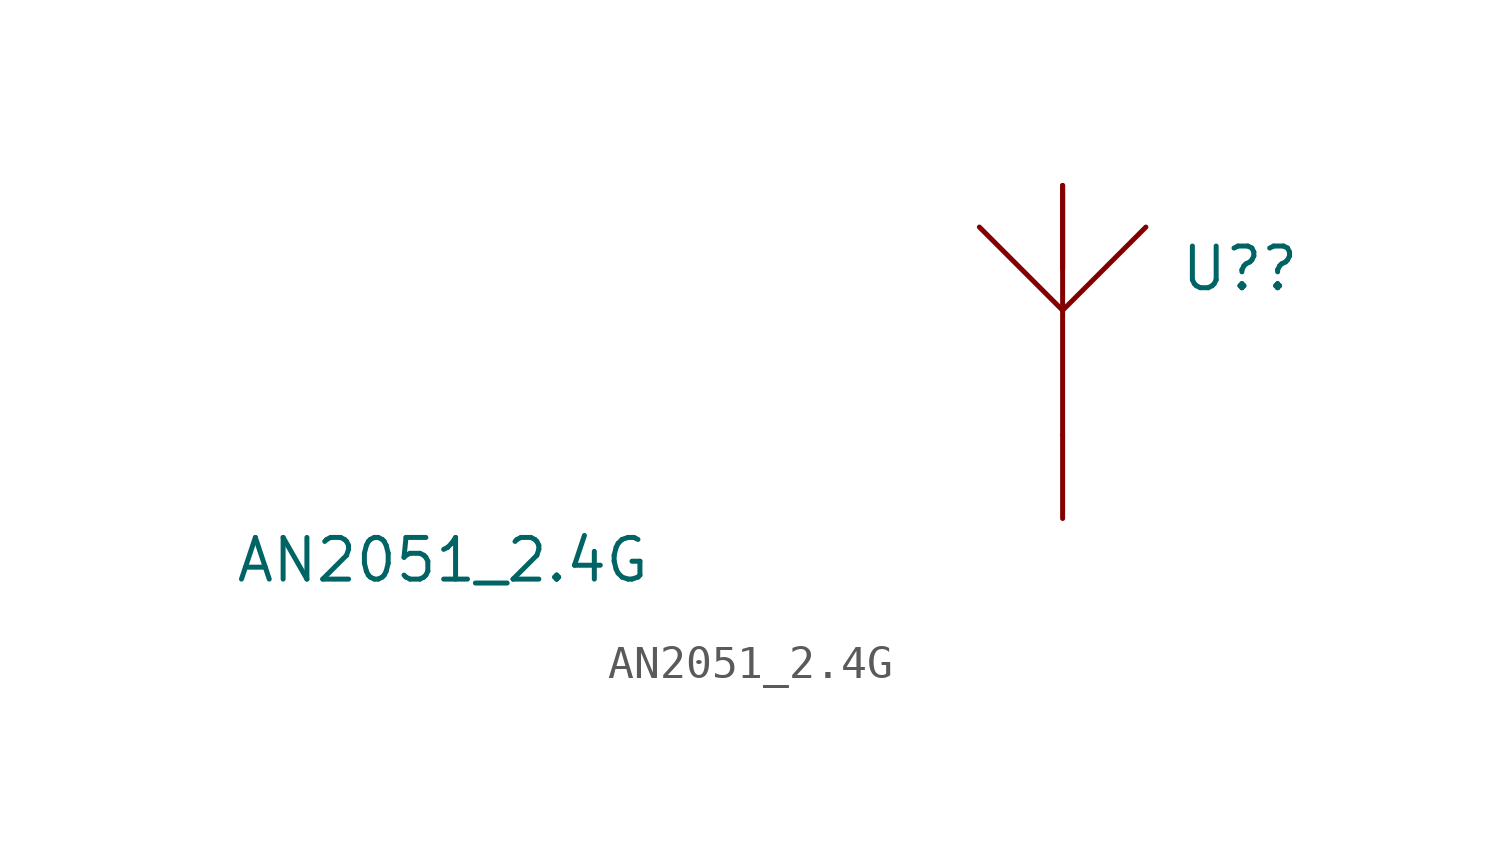
<source format=kicad_sym>
(kicad_symbol_lib
  (version 20211014)
  (generator kicad_symbol_editor)
  (symbol "AN2051_2.4G"
    (pin_numbers hide)
    (pin_names
      (offset 1.016) hide)
    (property "Reference" "U?"
      (at 3.556 2.54 0)
      (effects (font (size 1.27 1.27)) (justify left)))
    (property "Value" "AN2051_2.4G"
      (at -25.273 -6.35 0)
      (effects (font (size 1.27 1.27)) (justify left)))
    (symbol "AN2051_2.4G_1_1"
      (polyline (pts (xy 0 1.27) (xy -2.54 3.81)) (stroke (width 0.152) (type default) (color 0 0 0 0)) (fill (type none)))
      (polyline (pts (xy 0 1.27) (xy 0 -2.54)) (stroke (width 0.152) (type default) (color 0 0 0 0)) (fill (type none)))
      (polyline (pts (xy 0 1.27) (xy 0 5.08)) (stroke (width 0.152) (type default) (color 0 0 0 0)) (fill (type none)))
      (polyline (pts (xy 2.54 3.81) (xy 0 1.27)) (stroke (width 0.152) (type default) (color 0 0 0 0)) (fill (type none)))
      (pin input line (at 0 -5.08 90) (length 2.54) (name "ANT" (effects (font (size 1.27 1.27)))) (number "1" (effects (font (size 1.27 1.27)))))
      (pin input line (at 0 5.08 270) (length 2.54) (name "2" (effects (font (size 1.27 1.27)))) (number "2" (effects (font (size 1.27 1.27))))))))
</source>
